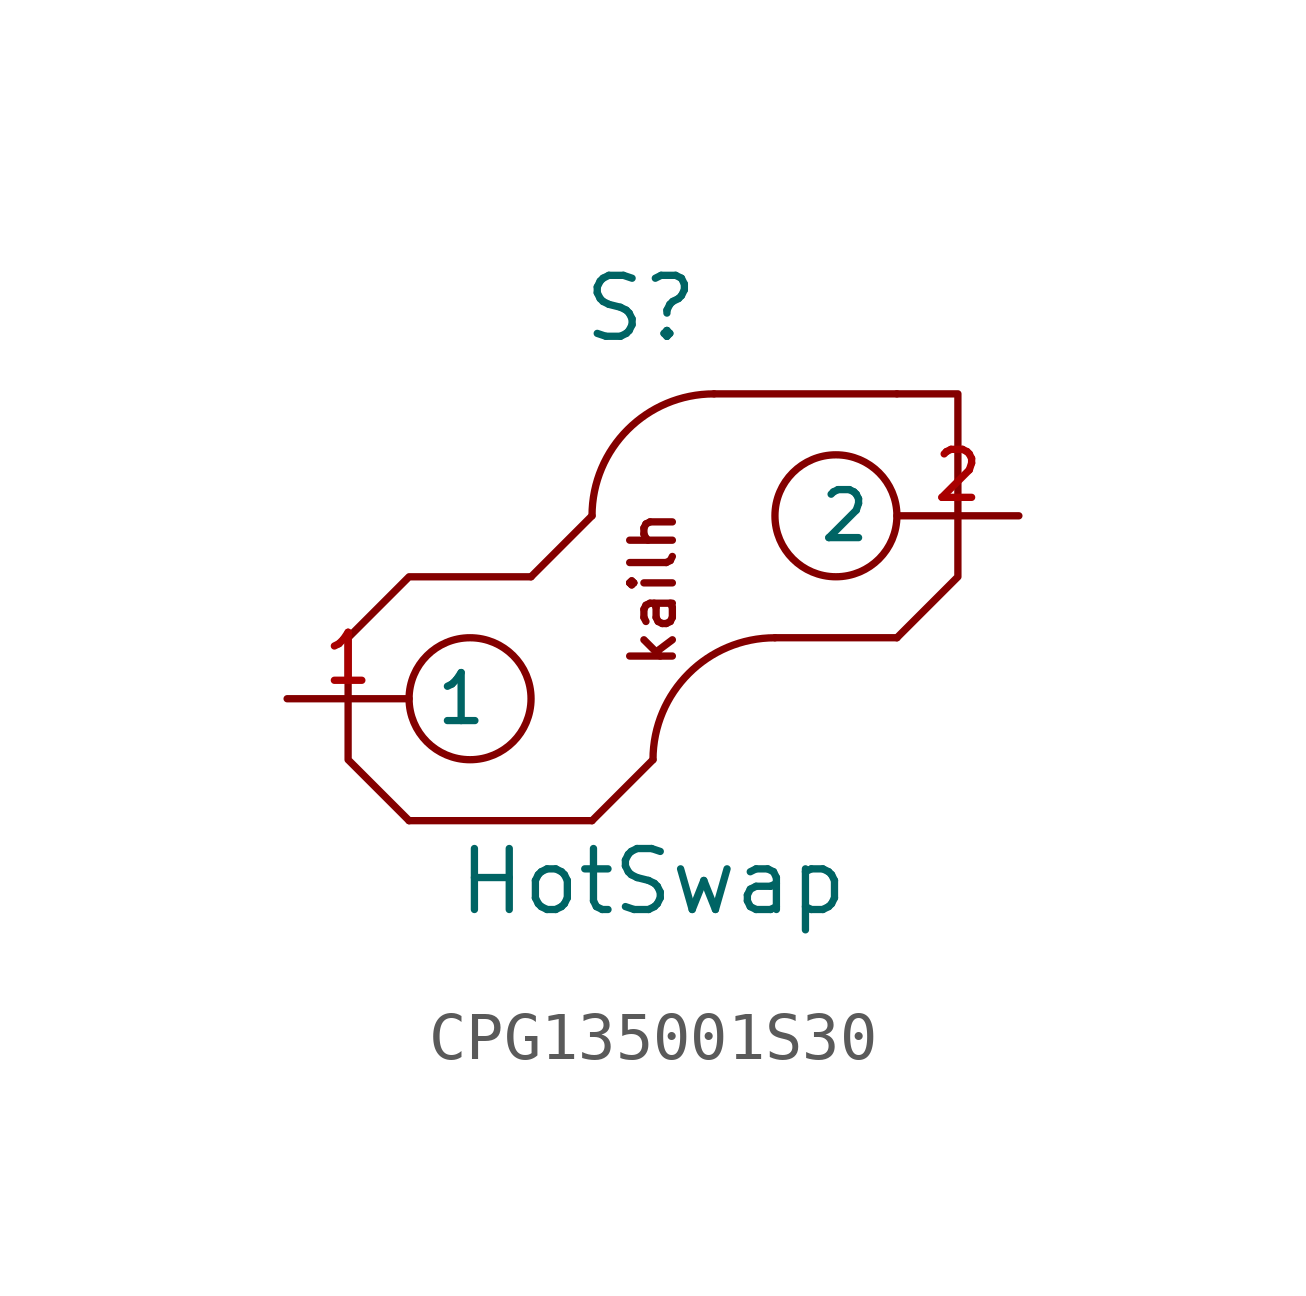
<source format=kicad_sym>
(kicad_symbol_lib
  (version 20231120)
  (generator "kicad_symbol_editor")
  (generator_version "8.0")
  (symbol "CPG135001S30"
    (property "Reference" "S"
      (at -0.254 5.588 0)
      (effects (font (size 1.27 1.27))))
    (property "Value" "HotSwap"
      (at 0 -6.35 0)
      (effects (font (size 1.27 1.27))))
    (symbol "CPG135001S30_0_1"
      (circle (center -3.81 -2.54) (radius 1.27) (stroke (width 0) (type default)) (fill (type none)))
      (polyline (pts (xy -5.08 -5.08) (xy -1.27 -5.08)) (stroke (width 0) (type default)) (fill (type none)))
      (polyline (pts (xy -2.54 0) (xy -1.27 1.27)) (stroke (width 0) (type default)) (fill (type none)))
      (polyline (pts (xy -1.27 -5.08) (xy 0 -3.81)) (stroke (width 0) (type default)) (fill (type none)))
      (polyline (pts (xy 1.27 3.81) (xy 5.08 3.81)) (stroke (width 0) (type default)) (fill (type none)))
      (polyline (pts (xy 2.54 -1.27) (xy 5.08 -1.27)) (stroke (width 0) (type default)) (fill (type none)))
      (polyline (pts (xy 5.08 3.81) (xy 6.35 3.81) (xy 6.35 0) (xy 5.08 -1.27)) (stroke (width 0) (type default)) (fill (type none)))
      (polyline (pts (xy -5.08 -5.08) (xy -6.35 -3.81) (xy -6.35 -1.27) (xy -5.08 0) (xy -2.54 0)) (stroke (width 0) (type default)) (fill (type none)))
      (arc (start 1.2702 3.8098) (mid -0.5259 3.0659) (end -1.2698 1.2698) (stroke (width 0) (type default)) (fill (type none)))
      (arc (start 2.54 -1.27) (mid 0.7439 -2.0139) (end 0 -3.81) (stroke (width 0) (type default)) (fill (type none)))
      (circle (center 3.81 1.27) (radius 1.27) (stroke (width 0) (type default)) (fill (type none)))
      (pin passive line (at -7.62 -2.54 0) (length 2.54) (name "1" (effects (font (size 1 1)))) (number "1" (effects (font (size 1 1)))))
      (pin passive line (at 7.62 1.27 180) (length 2.54) (name "2" (effects (font (size 1 1)))) (number "2" (effects (font (size 1 1))))))
    (symbol "CPG135001S30_1_1"
      (text "kailh" (at 0 -0.254 900) (effects (font (size 0.889 0.889)))))))
</source>
